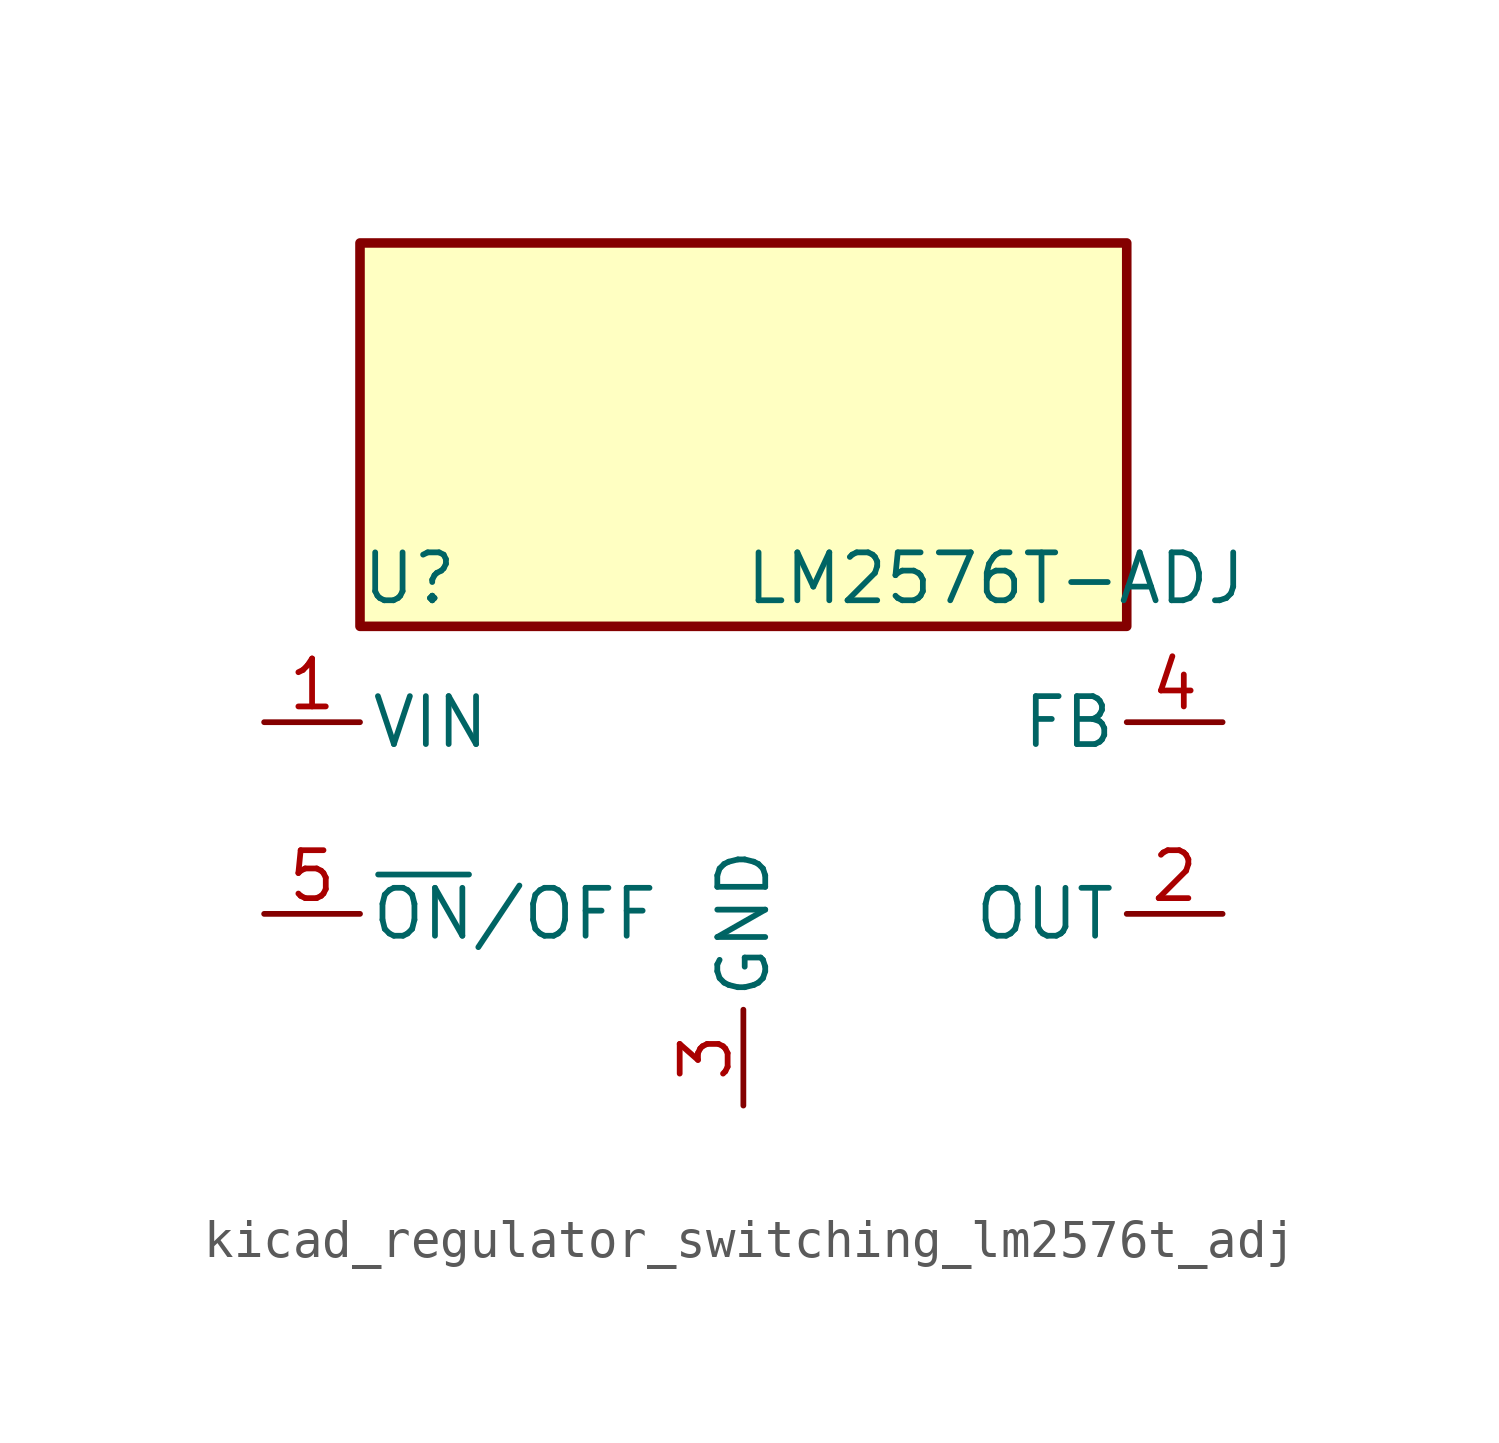
<source format=kicad_sym>
(kicad_symbol_lib
  (version 20220914)
  (generator kicad_symbol_editor)
  (symbol "kicad_regulator_switching_lm2576t_adj"
    (pin_names
      (offset 0.254))
    (property "Reference" "U"
      (at -10.16 6.35 0)
      (effects (font (size 1.27 1.27)) (justify left)))
    (property "Value" "LM2576T-ADJ"
      (at 0 6.35 0)
      (effects (font (size 1.27 1.27)) (justify left)))
    (symbol "kicad_regulator_switching_lm2576t_adj_0_1"
      (rectangle (start 10.16 15.24) (end -10.16 5.08) (stroke (width 0.254) (type default)) (fill (type background))))
    (symbol "kicad_regulator_switching_lm2576t_adj_1_1"
      (pin power_in line (at -12.7 2.54 0) (length 2.54) (name "VIN" (effects (font (size 1.27 1.27)))) (number "1" (effects (font (size 1.27 1.27)))))
      (pin output line (at 12.7 -2.54 180) (length 2.54) (name "OUT" (effects (font (size 1.27 1.27)))) (number "2" (effects (font (size 1.27 1.27)))))
      (pin power_in line (at 0 -7.62 90) (length 2.54) (name "GND" (effects (font (size 1.27 1.27)))) (number "3" (effects (font (size 1.27 1.27)))))
      (pin input line (at 12.7 2.54 180) (length 2.54) (name "FB" (effects (font (size 1.27 1.27)))) (number "4" (effects (font (size 1.27 1.27)))))
      (pin input line (at -12.7 -2.54 0) (length 2.54) (name "~{ON}/OFF" (effects (font (size 1.27 1.27)))) (number "5" (effects (font (size 1.27 1.27))))))))
</source>
